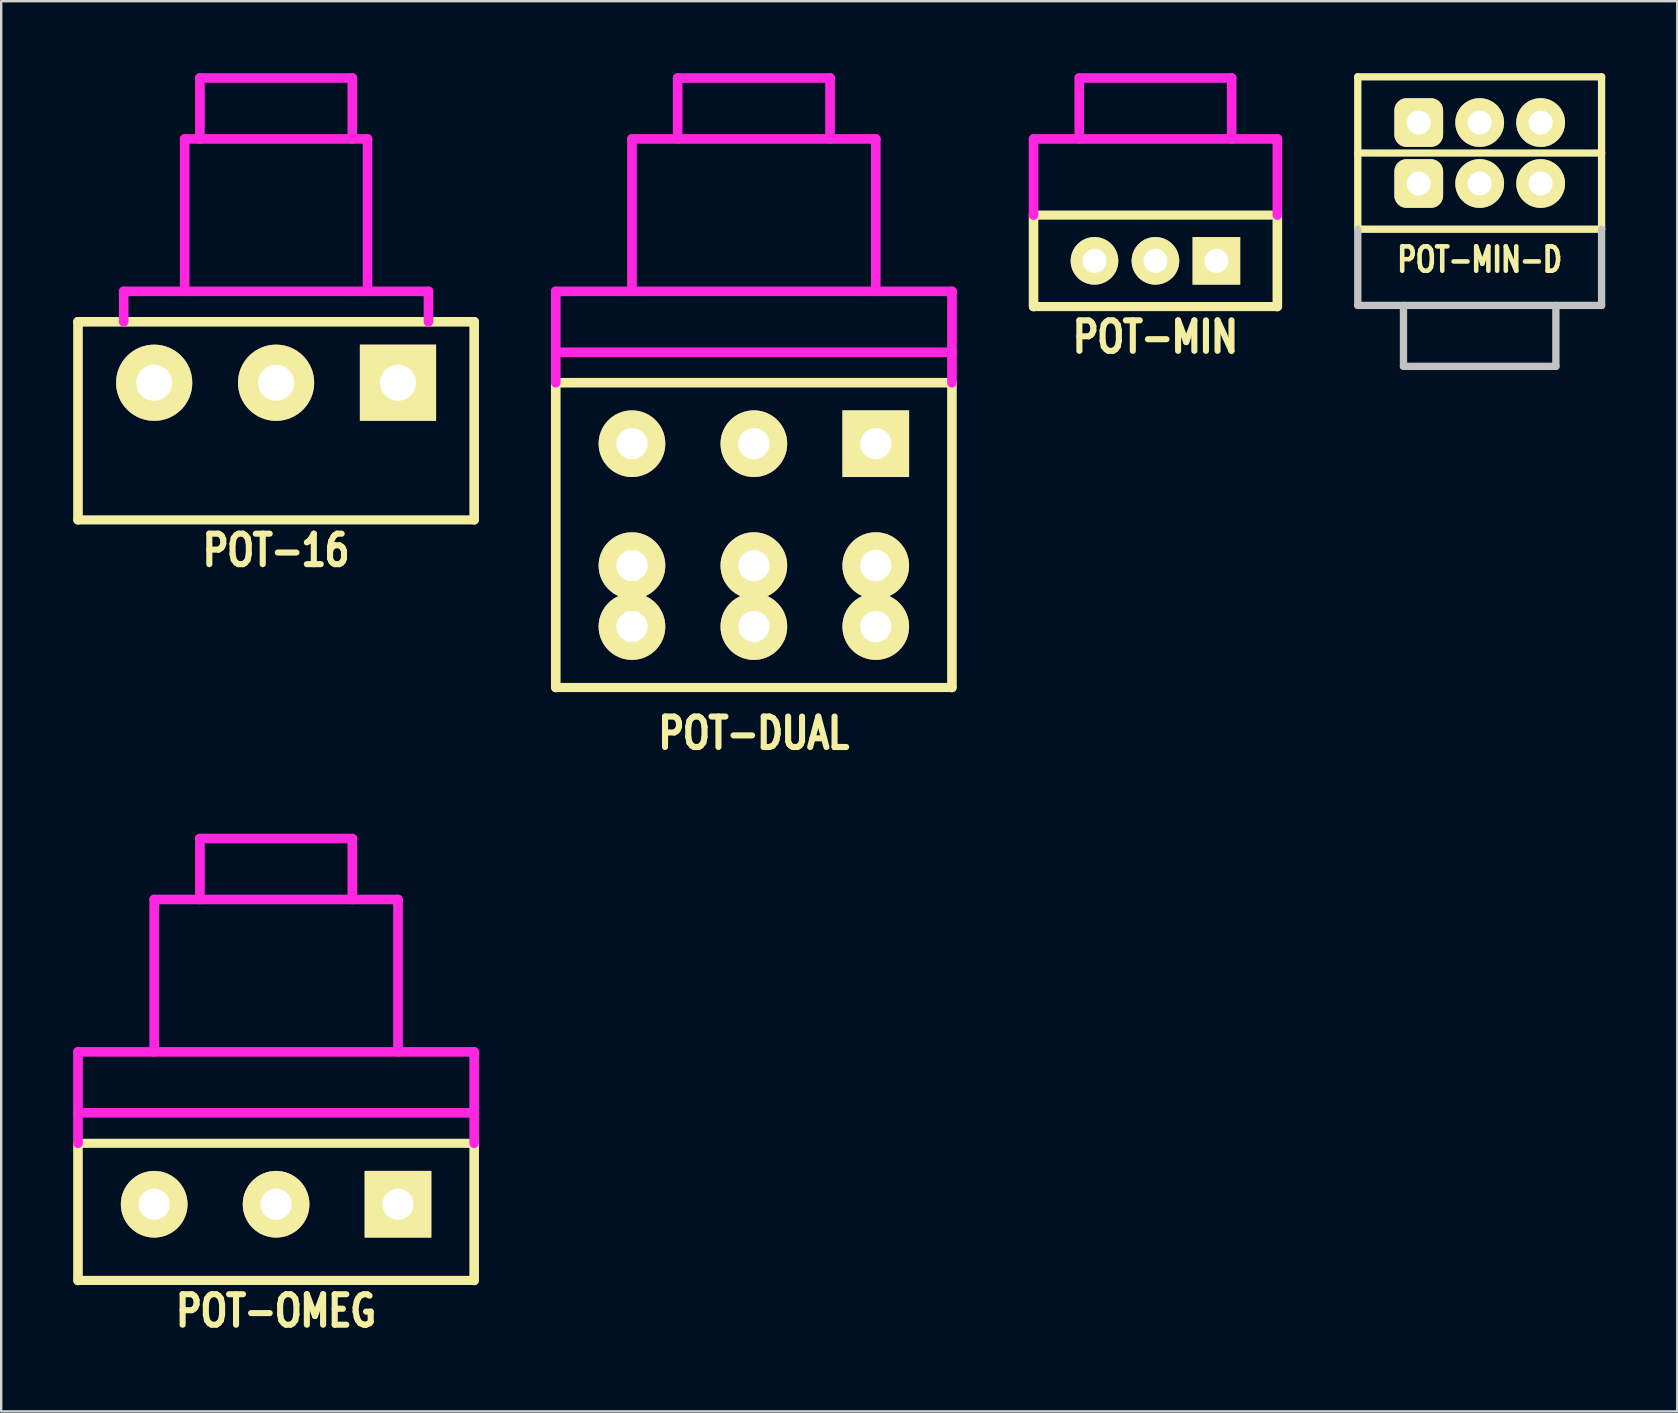
<source format=kicad_pcb>
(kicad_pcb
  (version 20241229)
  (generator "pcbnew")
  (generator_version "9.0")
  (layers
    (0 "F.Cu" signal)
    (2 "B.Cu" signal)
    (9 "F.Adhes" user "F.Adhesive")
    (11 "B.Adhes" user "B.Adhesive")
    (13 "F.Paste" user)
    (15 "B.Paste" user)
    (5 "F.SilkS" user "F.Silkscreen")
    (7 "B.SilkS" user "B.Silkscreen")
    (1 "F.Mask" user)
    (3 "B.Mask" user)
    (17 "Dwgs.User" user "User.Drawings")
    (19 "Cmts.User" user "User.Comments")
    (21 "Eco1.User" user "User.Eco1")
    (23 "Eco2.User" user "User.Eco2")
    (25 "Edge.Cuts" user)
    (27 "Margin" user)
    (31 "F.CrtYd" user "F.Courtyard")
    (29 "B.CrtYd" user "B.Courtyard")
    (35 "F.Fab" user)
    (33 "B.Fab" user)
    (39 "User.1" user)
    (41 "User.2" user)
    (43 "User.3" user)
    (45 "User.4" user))
  (footprint "POT-MIN-D"
    (layer "F.Cu")
    (at 58.612 4.597)
    (property "Reference" "POT-MIN-D" (at 0 3.175 0) (layer "F.SilkS") (effects (font (size 1.016 0.762) (thickness 0.191))))
    (attr through_hole)
    (fp_line (start -5.08 -4.445) (end 5.08 -4.445) (stroke (width 0.305) (type solid)) (layer "F.SilkS"))
    (fp_line (start -5.08 1.905) (end -5.08 -4.445) (stroke (width 0.305) (type solid)) (layer "F.SilkS"))
    (fp_line (start -5.08 1.905) (end 5.08 1.905) (stroke (width 0.305) (type solid)) (layer "F.SilkS"))
    (fp_line (start 5.08 -1.27) (end -5.08 -1.27) (stroke (width 0.305) (type solid)) (layer "F.SilkS"))
    (fp_line (start 5.08 1.905) (end 5.08 -4.445) (stroke (width 0.305) (type solid)) (layer "F.SilkS"))
    (fp_line (start -5.08 1.905) (end -5.08 5.08) (stroke (width 0.305) (type solid)) (layer "Dwgs.User"))
    (fp_line (start -3.175 7.62) (end -3.175 5.08) (stroke (width 0.305) (type solid)) (layer "Dwgs.User"))
    (fp_line (start 3.175 5.08) (end 3.175 7.62) (stroke (width 0.305) (type solid)) (layer "Dwgs.User"))
    (fp_line (start 3.175 7.62) (end -3.175 7.62) (stroke (width 0.305) (type solid)) (layer "Dwgs.User"))
    (fp_line (start 5.08 1.905) (end 5.08 5.08) (stroke (width 0.305) (type solid)) (layer "Dwgs.User"))
    (fp_line (start 5.08 5.08) (end -5.08 5.08) (stroke (width 0.305) (type solid)) (layer "Dwgs.User"))
    (pad "1" thru_hole roundrect (at -2.54 0) (size 2.032 2.032) (drill 1) (layers "*.Cu" "*.Mask" "F.SilkS") (roundrect_rratio 0.25))
    (pad "2" thru_hole circle (at 0 0) (size 2.032 2.032) (drill 1) (layers "*.Cu" "*.Mask" "F.SilkS"))
    (pad "3" thru_hole circle (at 2.54 0) (size 2.032 2.032) (drill 1) (layers "*.Cu" "*.Mask" "F.SilkS"))
    (pad "4" thru_hole roundrect (at -2.54 -2.54) (size 2.032 2.032) (drill 1) (layers "*.Cu" "*.Mask" "F.SilkS") (roundrect_rratio 0.25))
    (pad "5" thru_hole circle (at 0 -2.54) (size 2.032 2.032) (drill 1) (layers "*.Cu" "*.Mask" "F.SilkS"))
    (pad "6" thru_hole circle (at 2.54 -2.54) (size 2.032 2.032) (drill 1) (layers "*.Cu" "*.Mask" "F.SilkS")))
  (footprint "POT-MIN"
    (layer "F.Cu")
    (at 45.1 7.82)
    (property "Reference" "POT-MIN" (at 0 3.175 0) (layer "F.SilkS") (effects (font (size 1.27 1.016) (thickness 0.254))))
    (attr through_hole)
    (fp_line (start -5.08 -1.905) (end -5.08 1.905) (stroke (width 0.4) (type solid)) (layer "F.SilkS"))
    (fp_line (start 5.08 -1.905) (end -5.08 -1.905) (stroke (width 0.381) (type solid)) (layer "F.SilkS"))
    (fp_line (start 5.08 -1.905) (end 5.08 1.905) (stroke (width 0.4) (type solid)) (layer "F.SilkS"))
    (fp_line (start 5.08 1.905) (end -5.08 1.905) (stroke (width 0.381) (type solid)) (layer "F.SilkS"))
    (fp_line (start -5.08 -5.08) (end 5.08 -5.08) (stroke (width 0.4) (type solid)) (layer "F.CrtYd"))
    (fp_line (start -5.08 -1.905) (end -5.08 -5.08) (stroke (width 0.4) (type solid)) (layer "F.CrtYd"))
    (fp_line (start -3.175 -7.62) (end 3.175 -7.62) (stroke (width 0.4) (type solid)) (layer "F.CrtYd"))
    (fp_line (start -3.175 -5.08) (end -3.175 -7.62) (stroke (width 0.4) (type solid)) (layer "F.CrtYd"))
    (fp_line (start 3.175 -7.62) (end 3.175 -5.08) (stroke (width 0.4) (type solid)) (layer "F.CrtYd"))
    (fp_line (start 5.08 -1.905) (end 5.08 -5.08) (stroke (width 0.4) (type solid)) (layer "F.CrtYd"))
    (pad "1" thru_hole rect (at 2.54 0) (size 1.984 1.984) (drill 1) (layers "*.Cu" "*.Mask" "F.SilkS"))
    (pad "2" thru_hole circle (at 0 0) (size 1.984 1.984) (drill 1) (layers "*.Cu" "*.Mask" "F.SilkS"))
    (pad "3" thru_hole circle (at -2.54 0) (size 1.984 1.984) (drill 1) (layers "*.Cu" "*.Mask" "F.SilkS")))
  (footprint "POT-16"
    (layer "F.Cu")
    (at 8.455 12.9)
    (property "Reference" "POT-16" (at 0 6.985 0) (layer "F.SilkS") (effects (font (size 1.27 1.016) (thickness 0.254))))
    (attr through_hole)
    (fp_line (start -8.255 -2.54) (end -8.255 5.71) (stroke (width 0.4) (type solid)) (layer "F.SilkS"))
    (fp_line (start -8.255 -2.54) (end 8.255 -2.54) (stroke (width 0.4) (type solid)) (layer "F.SilkS"))
    (fp_line (start -8.255 5.715) (end 8.255 5.715) (stroke (width 0.381) (type solid)) (layer "F.SilkS"))
    (fp_line (start 8.255 -2.54) (end 8.255 5.71) (stroke (width 0.4) (type solid)) (layer "F.SilkS"))
    (fp_line (start -6.35 -3.81) (end 6.35 -3.81) (stroke (width 0.4) (type solid)) (layer "F.CrtYd"))
    (fp_line (start -6.35 -2.54) (end -6.35 -3.81) (stroke (width 0.4) (type solid)) (layer "F.CrtYd"))
    (fp_line (start -3.81 -10.16) (end 3.81 -10.16) (stroke (width 0.4) (type solid)) (layer "F.CrtYd"))
    (fp_line (start -3.81 -3.81) (end -3.81 -10.16) (stroke (width 0.4) (type solid)) (layer "F.CrtYd"))
    (fp_line (start -3.175 -12.7) (end 3.175 -12.7) (stroke (width 0.4) (type solid)) (layer "F.CrtYd"))
    (fp_line (start -3.175 -10.16) (end -3.175 -12.7) (stroke (width 0.4) (type solid)) (layer "F.CrtYd"))
    (fp_line (start 3.175 -12.7) (end 3.175 -10.16) (stroke (width 0.4) (type solid)) (layer "F.CrtYd"))
    (fp_line (start 3.81 -10.16) (end 3.81 -3.81) (stroke (width 0.4) (type solid)) (layer "F.CrtYd"))
    (fp_line (start 6.35 -3.81) (end 6.35 -2.54) (stroke (width 0.4) (type solid)) (layer "F.CrtYd"))
    (pad "1" thru_hole rect (at 5.08 0) (size 3.175 3.175) (drill 1.5) (layers "*.Cu" "*.Mask" "F.SilkS"))
    (pad "2" thru_hole circle (at 0 0) (size 3.175 3.175) (drill 1.5) (layers "*.Cu" "*.Mask" "F.SilkS"))
    (pad "3" thru_hole circle (at -5.08 0) (size 3.175 3.175) (drill 1.5) (layers "*.Cu" "*.Mask" "F.SilkS")))
  (footprint "POT-OMEG"
    (layer "F.Cu")
    (at 8.455 47.134)
    (property "Reference" "POT-OMEG" (at 0 4.445 0) (layer "F.SilkS") (effects (font (size 1.27 1.016) (thickness 0.254))))
    (attr through_hole)
    (fp_line (start -8.255 -2.54) (end -8.255 3.175) (stroke (width 0.4) (type solid)) (layer "F.SilkS"))
    (fp_line (start -8.255 3.175) (end 8.255 3.175) (stroke (width 0.381) (type solid)) (layer "F.SilkS"))
    (fp_line (start 8.255 -2.54) (end -8.255 -2.54) (stroke (width 0.381) (type solid)) (layer "F.SilkS"))
    (fp_line (start 8.255 -2.54) (end 8.255 3.175) (stroke (width 0.4) (type solid)) (layer "F.SilkS"))
    (fp_line (start -8.255 -6.35) (end -8.255 -2.54) (stroke (width 0.4) (type solid)) (layer "F.CrtYd"))
    (fp_line (start -8.255 -6.35) (end 8.255 -6.35) (stroke (width 0.4) (type solid)) (layer "F.CrtYd"))
    (fp_line (start -8.255 -3.81) (end 8.255 -3.81) (stroke (width 0.4) (type solid)) (layer "F.CrtYd"))
    (fp_line (start -5.08 -12.7) (end 5.08 -12.7) (stroke (width 0.4) (type solid)) (layer "F.CrtYd"))
    (fp_line (start -5.08 -6.35) (end -5.08 -12.7) (stroke (width 0.4) (type solid)) (layer "F.CrtYd"))
    (fp_line (start -3.175 -15.24) (end 3.175 -15.24) (stroke (width 0.4) (type solid)) (layer "F.CrtYd"))
    (fp_line (start -3.175 -12.7) (end -3.175 -15.24) (stroke (width 0.4) (type solid)) (layer "F.CrtYd"))
    (fp_line (start 3.175 -15.24) (end 3.175 -12.7) (stroke (width 0.4) (type solid)) (layer "F.CrtYd"))
    (fp_line (start 5.08 -12.7) (end 5.08 -6.35) (stroke (width 0.4) (type solid)) (layer "F.CrtYd"))
    (fp_line (start 8.255 -6.35) (end 8.255 -2.54) (stroke (width 0.4) (type solid)) (layer "F.CrtYd"))
    (pad "1" thru_hole rect (at 5.08 0) (size 2.778 2.778) (drill 1.3) (layers "*.Cu" "*.Mask" "F.SilkS"))
    (pad "2" thru_hole circle (at 0 0) (size 2.778 2.778) (drill 1.3) (layers "*.Cu" "*.Mask" "F.SilkS"))
    (pad "3" thru_hole circle (at -5.08 0) (size 2.778 2.778) (drill 1.3) (layers "*.Cu" "*.Mask" "F.SilkS")))
  (footprint "POT-DUAL"
    (layer "F.Cu")
    (at 28.365 15.44)
    (property "Reference" "POT-DUAL" (at 0 12.065 0) (layer "F.SilkS") (effects (font (size 1.27 1.016) (thickness 0.254))))
    (attr through_hole)
    (fp_line (start -8.255 -2.54) (end -8.255 10.16) (stroke (width 0.4) (type solid)) (layer "F.SilkS"))
    (fp_line (start -8.255 -2.54) (end 8.255 -2.54) (stroke (width 0.4) (type solid)) (layer "F.SilkS"))
    (fp_line (start -8.255 10.16) (end 8.255 10.16) (stroke (width 0.381) (type solid)) (layer "F.SilkS"))
    (fp_line (start 8.255 -2.54) (end 8.255 10.16) (stroke (width 0.4) (type solid)) (layer "F.SilkS"))
    (fp_line (start -8.255 -6.35) (end -8.255 -2.54) (stroke (width 0.4) (type solid)) (layer "F.CrtYd"))
    (fp_line (start -8.255 -6.35) (end 8.255 -6.35) (stroke (width 0.4) (type solid)) (layer "F.CrtYd"))
    (fp_line (start -8.255 -3.81) (end 8.255 -3.81) (stroke (width 0.4) (type solid)) (layer "F.CrtYd"))
    (fp_line (start -5.08 -12.7) (end 5.08 -12.7) (stroke (width 0.4) (type solid)) (layer "F.CrtYd"))
    (fp_line (start -5.08 -6.35) (end -5.08 -12.7) (stroke (width 0.4) (type solid)) (layer "F.CrtYd"))
    (fp_line (start -3.175 -15.24) (end 3.175 -15.24) (stroke (width 0.4) (type solid)) (layer "F.CrtYd"))
    (fp_line (start -3.175 -12.7) (end -3.175 -15.24) (stroke (width 0.4) (type solid)) (layer "F.CrtYd"))
    (fp_line (start 3.175 -15.24) (end 3.175 -12.7) (stroke (width 0.4) (type solid)) (layer "F.CrtYd"))
    (fp_line (start 5.08 -12.7) (end 5.08 -6.35) (stroke (width 0.4) (type solid)) (layer "F.CrtYd"))
    (fp_line (start 8.255 -6.35) (end 8.255 -2.54) (stroke (width 0.4) (type solid)) (layer "F.CrtYd"))
    (pad "1" thru_hole rect (at 5.08 0) (size 2.778 2.778) (drill 1.3) (layers "*.Cu" "*.Mask" "F.SilkS"))
    (pad "2" thru_hole circle (at 0 0) (size 2.778 2.778) (drill 1.3) (layers "*.Cu" "*.Mask" "F.SilkS"))
    (pad "3" thru_hole circle (at -5.08 0) (size 2.778 2.778) (drill 1.3) (layers "*.Cu" "*.Mask" "F.SilkS"))
    (pad "4" thru_hole circle (at 5.08 5.08) (size 2.778 2.778) (drill 1.3) (layers "*.Cu" "*.Mask" "F.SilkS"))
    (pad "4" thru_hole circle (at 5.08 7.62) (size 2.778 2.778) (drill 1.3) (layers "*.Cu" "*.Mask" "F.SilkS"))
    (pad "5" thru_hole circle (at 0 5.08) (size 2.778 2.778) (drill 1.3) (layers "*.Cu" "*.Mask" "F.SilkS"))
    (pad "5" thru_hole circle (at 0 7.62) (size 2.778 2.778) (drill 1.3) (layers "*.Cu" "*.Mask" "F.SilkS"))
    (pad "6" thru_hole circle (at -5.08 5.08) (size 2.778 2.778) (drill 1.3) (layers "*.Cu" "*.Mask" "F.SilkS"))
    (pad "6" thru_hole circle (at -5.08 7.62) (size 2.778 2.778) (drill 1.3) (layers "*.Cu" "*.Mask" "F.SilkS")))
  (gr_rect
    (start -3 -3)
    (end 66.845 55.767)
    (stroke (width 0.1) (type default))
    (fill no)
    (layer "Edge.Cuts")))
</source>
